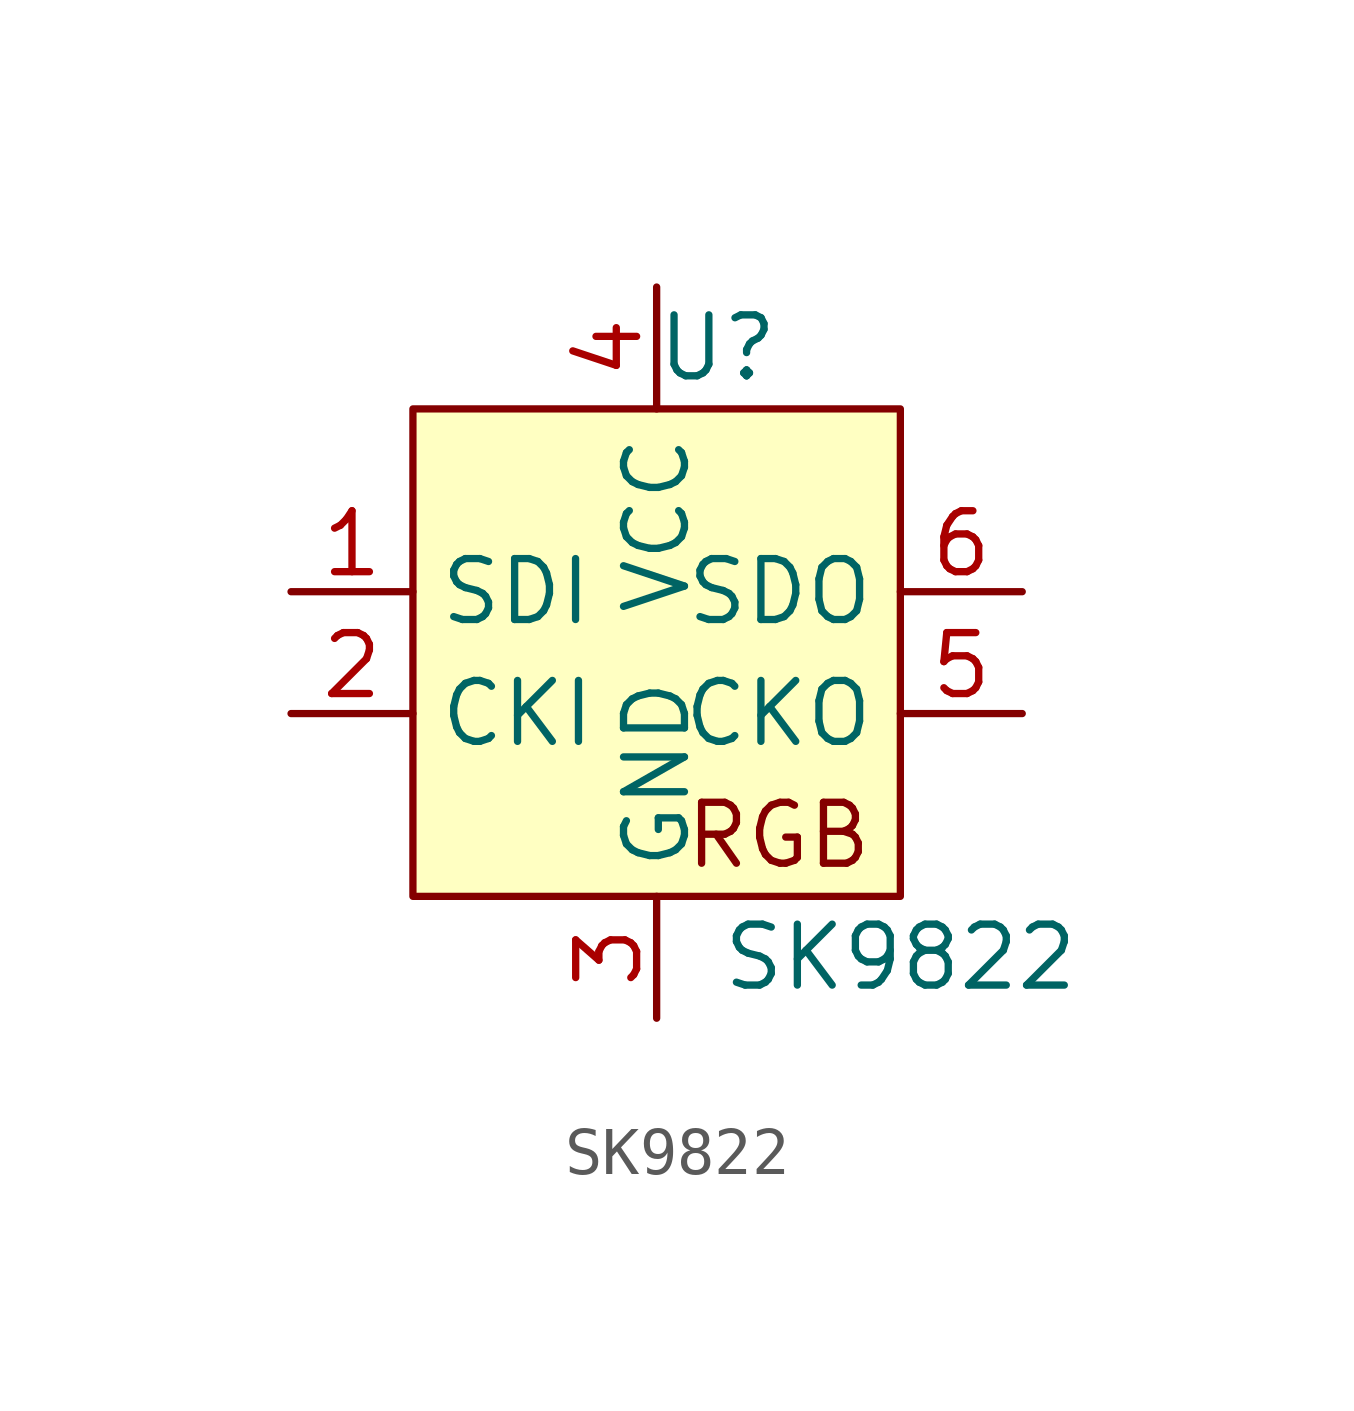
<source format=kicad_sym>
(kicad_symbol_lib
  (version 20211014)
  (generator kicad_symbol_editor)
  (symbol "SK9822"
    (property "Reference" "U"
      (at 1.27 6.35 0)
      (effects (font (size 1.27 1.27))))
    (property "Value" "SK9822"
      (at 5.08 -6.35 0)
      (effects (font (size 1.27 1.27))))
    (symbol "SK9822_0_0"
      (text "RGB" (at 2.54 -3.81 0) (effects (font (size 1.27 1.27)))))
    (symbol "SK9822_0_1"
      (rectangle (start -5.08 5.08) (end 5.08 -5.08) (stroke (width 0.152) (type default) (color 0 0 0 0)) (fill (type background))))
    (symbol "SK9822_1_1"
      (pin input line (at -7.62 1.27 0) (length 2.54) (name "SDI" (effects (font (size 1.27 1.27)))) (number "1" (effects (font (size 1.27 1.27)))))
      (pin input line (at -7.62 -1.27 0) (length 2.54) (name "CKI" (effects (font (size 1.27 1.27)))) (number "2" (effects (font (size 1.27 1.27)))))
      (pin input line (at 0 -7.62 90) (length 2.54) (name "GND" (effects (font (size 1.27 1.27)))) (number "3" (effects (font (size 1.27 1.27)))))
      (pin input line (at 0 7.62 270) (length 2.54) (name "VCC" (effects (font (size 1.27 1.27)))) (number "4" (effects (font (size 1.27 1.27)))))
      (pin input line (at 7.62 -1.27 180) (length 2.54) (name "CKO" (effects (font (size 1.27 1.27)))) (number "5" (effects (font (size 1.27 1.27)))))
      (pin input line (at 7.62 1.27 180) (length 2.54) (name "SDO" (effects (font (size 1.27 1.27)))) (number "6" (effects (font (size 1.27 1.27))))))))
</source>
